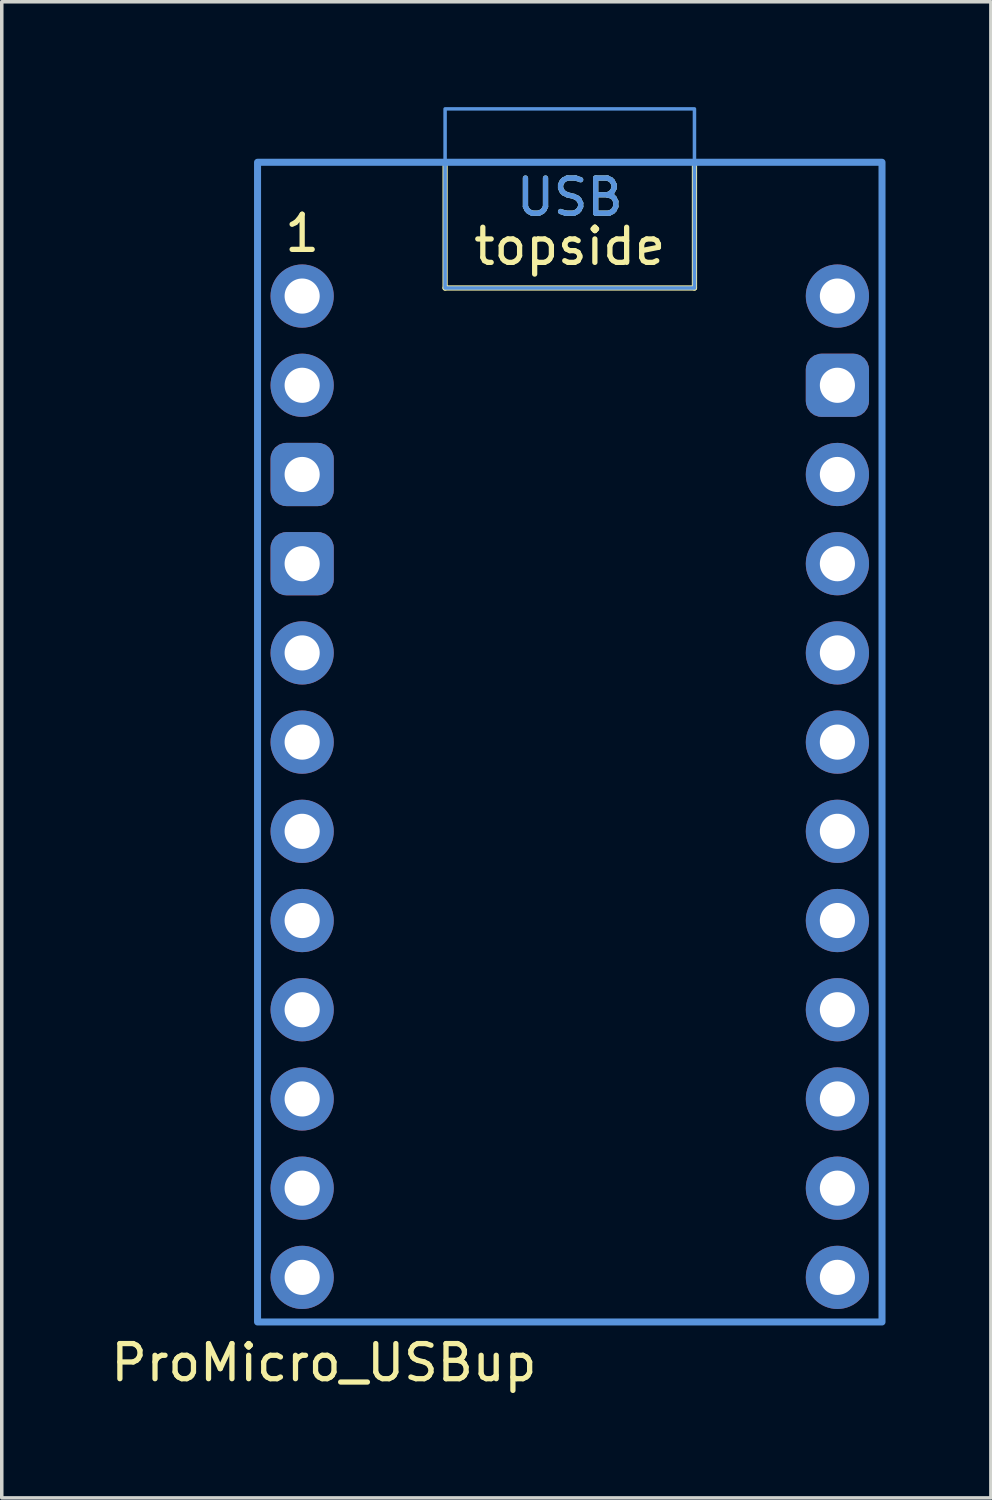
<source format=kicad_pcb>
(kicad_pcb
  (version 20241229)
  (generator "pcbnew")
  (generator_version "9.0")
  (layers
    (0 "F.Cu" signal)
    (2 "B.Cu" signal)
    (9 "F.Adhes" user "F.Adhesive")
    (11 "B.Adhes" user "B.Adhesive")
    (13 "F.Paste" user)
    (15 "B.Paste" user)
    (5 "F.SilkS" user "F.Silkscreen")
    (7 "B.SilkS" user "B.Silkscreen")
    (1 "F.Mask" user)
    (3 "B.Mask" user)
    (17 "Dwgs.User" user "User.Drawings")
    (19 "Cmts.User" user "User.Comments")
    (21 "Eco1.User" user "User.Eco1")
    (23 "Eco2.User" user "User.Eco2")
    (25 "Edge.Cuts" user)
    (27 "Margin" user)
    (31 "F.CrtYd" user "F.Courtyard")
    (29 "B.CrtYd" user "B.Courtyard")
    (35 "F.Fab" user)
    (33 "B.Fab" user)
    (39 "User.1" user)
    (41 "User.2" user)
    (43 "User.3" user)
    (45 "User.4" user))
  (footprint "ProMicro_USBup"
    (layer "F.Cu")
    (at 13.173 19.35)
    (property "Reference" "ProMicro_USBup" (at -7 16.4 0) (unlocked yes) (layer "F.SilkS") (effects (font (size 1 1) (thickness 0.15))))
    (attr through_hole exclude_from_pos_files exclude_from_bom)
    (fp_line (start -3.55 -14.2) (end -3.55 -17.78) (stroke (width 0.15) (type default)) (layer "F.SilkS"))
    (fp_line (start 3.55 -14.2) (end -3.55 -14.2) (stroke (width 0.15) (type default)) (layer "F.SilkS"))
    (fp_line (start 3.55 -14.2) (end 3.55 -17.78) (stroke (width 0.15) (type default)) (layer "F.SilkS"))
    (fp_rect (start -8.89 -17.78) (end 8.89 15.24) (stroke (width 0.15) (type solid)) (fill no) (layer "F.SilkS"))
    (fp_rect (start -3.55 -19.3) (end 3.55 -14.2) (stroke (width 0.1) (type default)) (fill no) (layer "Cmts.User"))
    (fp_rect (start 8.89 -17.78) (end -8.89 15.24) (stroke (width 0.2) (type solid)) (fill no) (layer "Cmts.User"))
    (fp_text user "1" (at -7.62 -15.17 0) (layer "F.SilkS") (effects (font (size 1 1) (thickness 0.15)) (justify bottom)))
    (fp_text user "topside" (at 0 -14.8 0) (unlocked yes) (layer "F.SilkS") (effects (font (size 1 1) (thickness 0.15)) (justify bottom)))
    (fp_text user "USB" (at 0 -16.2 0) (unlocked yes) (layer "F.SilkS") (effects (font (size 1 1) (thickness 0.15)) (justify bottom)))
    (fp_text user "USB" (at 0 -16.2 0) (layer "Cmts.User") (effects (font (size 1 1) (thickness 0.15)) (justify bottom)))
    (pad "1" thru_hole circle (at -7.62 -13.97) (size 1.8 1.8) (drill 1) (layers "*.Cu" "B.Mask"))
    (pad "2" thru_hole circle (at -7.62 -11.43) (size 1.8 1.8) (drill 1) (layers "*.Cu" "B.Mask"))
    (pad "3" thru_hole roundrect (at -7.62 -8.89) (size 1.8 1.8) (drill 1) (layers "*.Cu" "B.Mask") (roundrect_rratio 0.25))
    (pad "4" thru_hole roundrect (at -7.62 -6.35) (size 1.8 1.8) (drill 1) (layers "*.Cu" "B.Mask") (roundrect_rratio 0.25))
    (pad "5" thru_hole circle (at -7.62 -3.81) (size 1.8 1.8) (drill 1) (layers "*.Cu" "B.Mask"))
    (pad "6" thru_hole circle (at -7.62 -1.27) (size 1.8 1.8) (drill 1) (layers "*.Cu" "B.Mask"))
    (pad "7" thru_hole circle (at -7.62 1.27) (size 1.8 1.8) (drill 1) (layers "*.Cu" "B.Mask"))
    (pad "8" thru_hole circle (at -7.62 3.81) (size 1.8 1.8) (drill 1) (layers "*.Cu" "B.Mask"))
    (pad "9" thru_hole circle (at -7.62 6.35) (size 1.8 1.8) (drill 1) (layers "*.Cu" "B.Mask"))
    (pad "10" thru_hole circle (at -7.62 8.89) (size 1.8 1.8) (drill 1) (layers "*.Cu" "B.Mask"))
    (pad "11" thru_hole circle (at -7.62 11.43) (size 1.8 1.8) (drill 1) (layers "*.Cu" "B.Mask"))
    (pad "12" thru_hole circle (at -7.62 13.97) (size 1.8 1.8) (drill 1) (layers "*.Cu" "B.Mask"))
    (pad "13" thru_hole circle (at 7.62 -13.97) (size 1.8 1.8) (drill 1) (layers "*.Cu" "B.Mask"))
    (pad "14" thru_hole roundrect (at 7.62 -11.43) (size 1.8 1.8) (drill 1) (layers "*.Cu" "B.Mask") (roundrect_rratio 0.25))
    (pad "15" thru_hole circle (at 7.62 -8.89) (size 1.8 1.8) (drill 1) (layers "*.Cu" "B.Mask"))
    (pad "16" thru_hole circle (at 7.62 -6.35) (size 1.8 1.8) (drill 1) (layers "*.Cu" "B.Mask"))
    (pad "17" thru_hole circle (at 7.62 -3.81) (size 1.8 1.8) (drill 1) (layers "*.Cu" "B.Mask"))
    (pad "18" thru_hole circle (at 7.62 -1.27) (size 1.8 1.8) (drill 1) (layers "*.Cu" "B.Mask"))
    (pad "19" thru_hole circle (at 7.62 1.27) (size 1.8 1.8) (drill 1) (layers "*.Cu" "B.Mask"))
    (pad "20" thru_hole circle (at 7.62 3.81) (size 1.8 1.8) (drill 1) (layers "*.Cu" "B.Mask"))
    (pad "21" thru_hole circle (at 7.62 6.35) (size 1.8 1.8) (drill 1) (layers "*.Cu" "B.Mask"))
    (pad "22" thru_hole circle (at 7.62 8.89) (size 1.8 1.8) (drill 1) (layers "*.Cu" "B.Mask"))
    (pad "23" thru_hole circle (at 7.62 11.43) (size 1.8 1.8) (drill 1) (layers "*.Cu" "B.Mask"))
    (pad "24" thru_hole circle (at 7.62 13.97) (size 1.8 1.8) (drill 1) (layers "*.Cu" "B.Mask")))
  (gr_rect
    (start -3 -3)
    (end 25.163 39.598)
    (stroke (width 0.1) (type default))
    (fill no)
    (layer "Edge.Cuts")))
</source>
